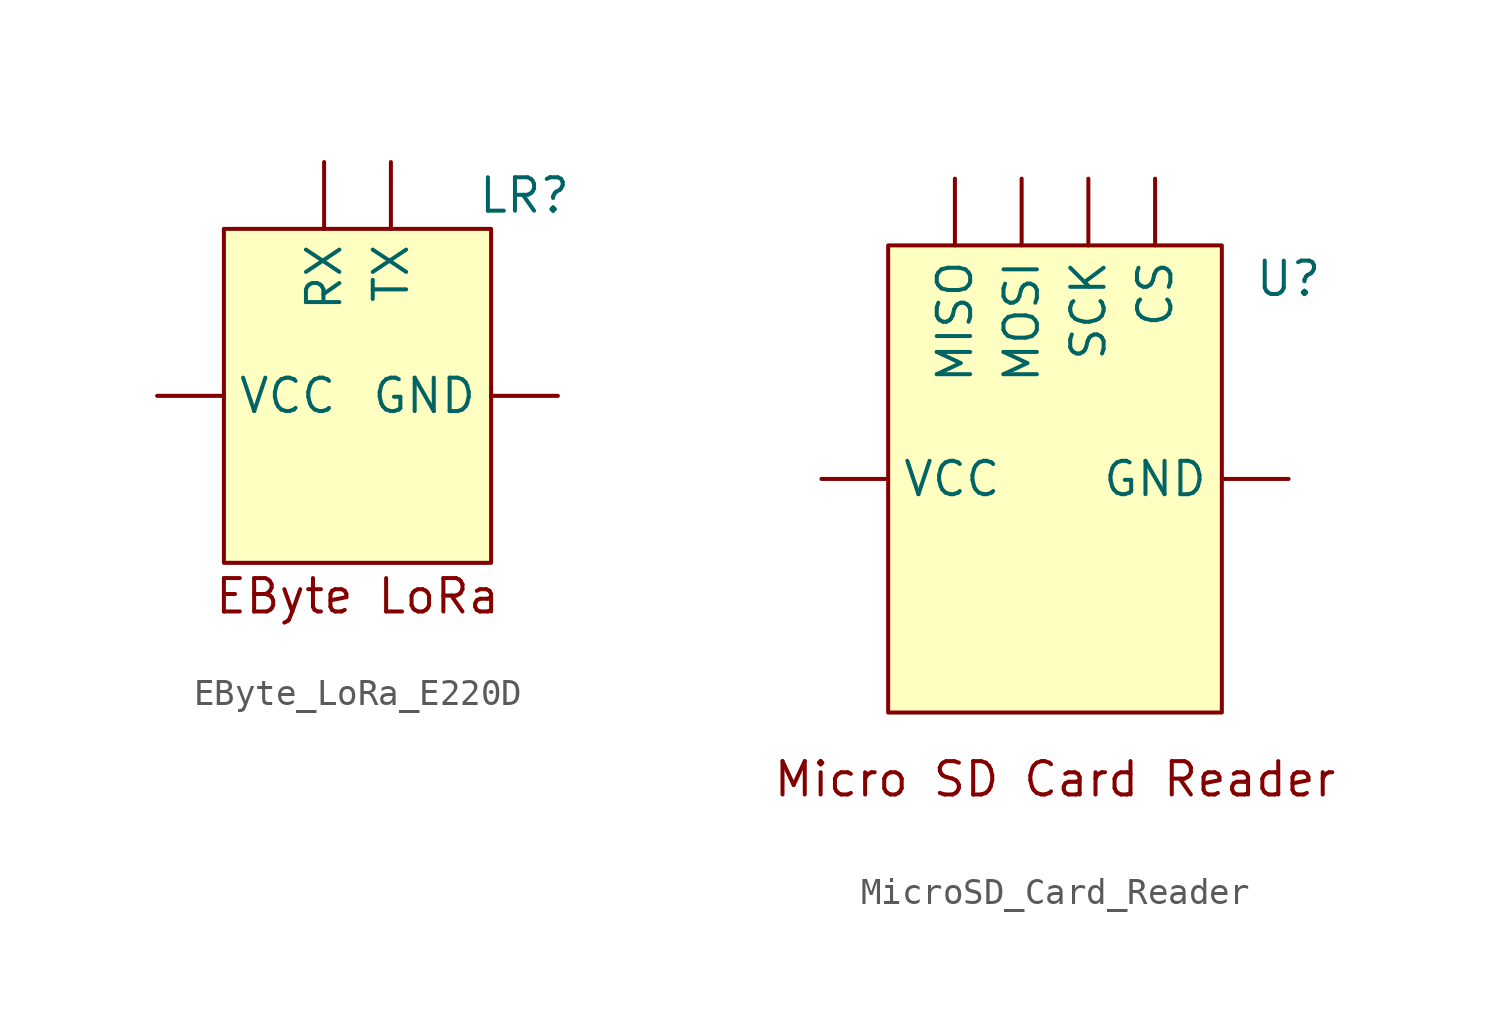
<source format=kicad_sym>
(kicad_symbol_lib
  (version 20220914)
  (generator kicad_symbol_editor)
  (symbol "EByte_LoRa_E220D"
    (property "Reference" "LR"
      (at 6.35 7.62 0)
      (effects (font (size 1.27 1.27))))
    (property "Value" ""
      (at 0 -3.81 0)
      (effects (font (size 1.27 1.27))))
    (symbol "EByte_LoRa_E220D_1_1"
      (rectangle (start -5.08 6.35) (end 5.08 -6.35) (stroke (width 0) (type default)) (fill (type background)))
      (text "EByte LoRa" (at 0 -7.62 0) (effects (font (size 1.27 1.27))))
      (pin passive line (at 7.62 0 180) (length 2.54) (name "GND" (effects (font (size 1.27 1.27)))) (number "" (effects (font (size 1.27 1.27)))))
      (pin input line (at -1.27 8.89 270) (length 2.54) (name "RX" (effects (font (size 1.27 1.27)))) (number "" (effects (font (size 1.27 1.27)))))
      (pin output line (at 1.27 8.89 270) (length 2.54) (name "TX" (effects (font (size 1.27 1.27)))) (number "" (effects (font (size 1.27 1.27)))))
      (pin power_in line (at -7.62 0 0) (length 2.54) (name "VCC" (effects (font (size 1.27 1.27)))) (number "" (effects (font (size 1.27 1.27)))))))
  (symbol "MicroSD_Card_Reader"
    (property "Reference" "U"
      (at 8.89 7.62 0)
      (effects (font (size 1.27 1.27))))
    (property "Value" ""
      (at 0 0 0)
      (effects (font (size 1.27 1.27))))
    (symbol "MicroSD_Card_Reader_1_1"
      (rectangle (start -6.35 8.89) (end 6.35 -8.89) (stroke (width 0) (type default)) (fill (type background)))
      (text "Micro SD Card Reader" (at 0 -11.43 0) (effects (font (size 1.27 1.27))))
      (pin input line (at 3.81 11.43 270) (length 2.54) (name "CS" (effects (font (size 1.27 1.27)))) (number "" (effects (font (size 1.27 1.27)))))
      (pin passive line (at 8.89 0 180) (length 2.54) (name "GND" (effects (font (size 1.27 1.27)))) (number "" (effects (font (size 1.27 1.27)))))
      (pin output line (at -3.81 11.43 270) (length 2.54) (name "MISO" (effects (font (size 1.27 1.27)))) (number "" (effects (font (size 1.27 1.27)))))
      (pin input line (at -1.27 11.43 270) (length 2.54) (name "MOSI" (effects (font (size 1.27 1.27)))) (number "" (effects (font (size 1.27 1.27)))))
      (pin input line (at 1.27 11.43 270) (length 2.54) (name "SCK" (effects (font (size 1.27 1.27)))) (number "" (effects (font (size 1.27 1.27)))))
      (pin power_in line (at -8.89 0 0) (length 2.54) (name "VCC" (effects (font (size 1.27 1.27)))) (number "" (effects (font (size 1.27 1.27))))))))
</source>
